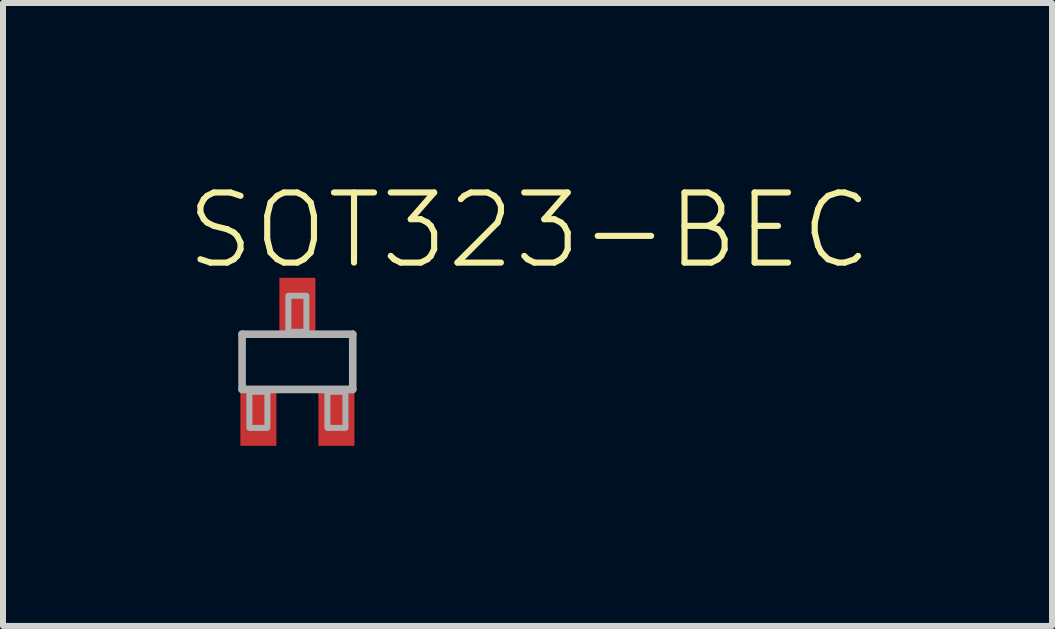
<source format=kicad_pcb>
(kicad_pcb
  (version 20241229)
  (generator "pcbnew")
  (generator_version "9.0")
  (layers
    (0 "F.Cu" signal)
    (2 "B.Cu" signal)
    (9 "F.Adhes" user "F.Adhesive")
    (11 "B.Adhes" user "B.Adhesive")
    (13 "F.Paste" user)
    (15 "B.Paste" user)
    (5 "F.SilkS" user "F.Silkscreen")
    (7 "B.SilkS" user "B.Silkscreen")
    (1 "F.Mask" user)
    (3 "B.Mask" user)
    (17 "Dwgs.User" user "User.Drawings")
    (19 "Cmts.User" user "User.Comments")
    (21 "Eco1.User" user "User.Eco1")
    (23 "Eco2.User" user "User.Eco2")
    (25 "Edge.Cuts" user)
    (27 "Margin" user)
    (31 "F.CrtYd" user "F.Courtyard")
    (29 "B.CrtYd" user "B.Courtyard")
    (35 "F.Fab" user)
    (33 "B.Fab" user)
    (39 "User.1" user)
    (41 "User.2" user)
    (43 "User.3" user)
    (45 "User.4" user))
  (footprint "SOT323-BEC"
    (layer "F.Cu")
    (at 1.905 2.978)
    (property "Reference" "SOT323-BEC" (at -1.905 -1.505 0) (layer "F.SilkS") (effects (font (size 1.168 1.168) (thickness 0.102)) (justify left bottom)))
    (fp_line (start -0.922 -0.46) (end 0.922 -0.46) (stroke (width 0.127) (type solid)) (layer "F.Fab"))
    (fp_line (start -0.922 0.46) (end -0.922 -0.46) (stroke (width 0.127) (type solid)) (layer "F.Fab"))
    (fp_line (start 0.922 -0.46) (end 0.922 0.46) (stroke (width 0.127) (type solid)) (layer "F.Fab"))
    (fp_line (start 0.922 0.46) (end -0.922 0.46) (stroke (width 0.127) (type solid)) (layer "F.Fab"))
    (fp_poly (pts (xy -0.8 1.1) (xy -0.5 1.1) (xy -0.5 0.5) (xy -0.8 0.5)) (stroke (width 0.1) (type solid)) (fill no) (layer "F.Fab"))
    (fp_poly (pts (xy -0.15 -0.5) (xy 0.15 -0.5) (xy 0.15 -1.1) (xy -0.15 -1.1)) (stroke (width 0.1) (type solid)) (fill no) (layer "F.Fab"))
    (fp_poly (pts (xy 0.5 1.1) (xy 0.8 1.1) (xy 0.8 0.5) (xy 0.5 0.5)) (stroke (width 0.1) (type solid)) (fill no) (layer "F.Fab"))
    (pad "B" smd rect (at -0.65 0.9) (size 0.6 1) (layers "F.Cu" "F.Mask" "F.Paste"))
    (pad "C" smd rect (at 0 -0.9) (size 0.6 1) (layers "F.Cu" "F.Mask" "F.Paste"))
    (pad "E" smd rect (at 0.65 0.9) (size 0.6 1) (layers "F.Cu" "F.Mask" "F.Paste")))
  (gr_rect
    (start -3 -3)
    (end 14.477 7.378)
    (stroke (width 0.1) (type default))
    (fill no)
    (layer "Edge.Cuts")))
</source>
